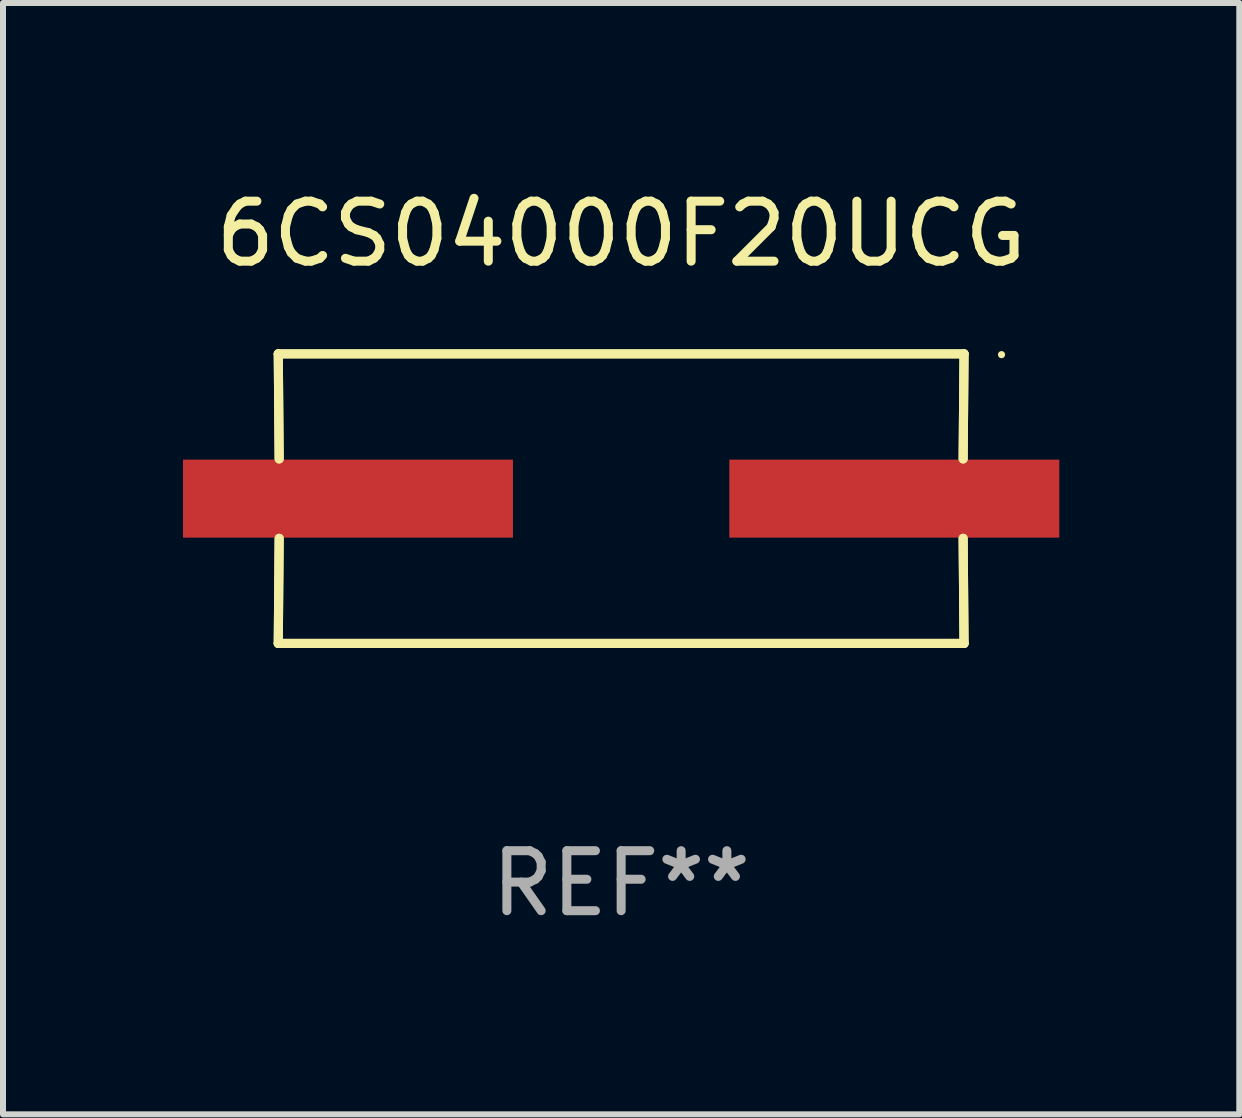
<source format=kicad_pcb>
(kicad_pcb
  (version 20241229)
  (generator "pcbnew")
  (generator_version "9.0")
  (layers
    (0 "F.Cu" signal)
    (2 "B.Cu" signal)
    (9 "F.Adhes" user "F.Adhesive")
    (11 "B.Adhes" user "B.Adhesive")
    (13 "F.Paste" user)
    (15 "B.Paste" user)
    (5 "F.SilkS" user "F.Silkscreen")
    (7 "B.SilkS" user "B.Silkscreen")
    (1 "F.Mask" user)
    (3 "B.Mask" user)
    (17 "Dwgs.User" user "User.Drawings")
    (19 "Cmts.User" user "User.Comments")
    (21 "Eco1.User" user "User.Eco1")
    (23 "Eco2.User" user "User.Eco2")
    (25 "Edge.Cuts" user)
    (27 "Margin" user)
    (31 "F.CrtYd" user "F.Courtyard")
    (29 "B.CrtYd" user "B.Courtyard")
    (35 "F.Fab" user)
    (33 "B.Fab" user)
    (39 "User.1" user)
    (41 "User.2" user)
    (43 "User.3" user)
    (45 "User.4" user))
  (footprint "6CS04000F20UCG"
    (layer "F.Cu")
    (at 7.303 5.261)
    (property "Reference" "6CS04000F20UCG" (at 0 -4.413 0) (layer "F.SilkS") (effects (font (size 1 1) (thickness 0.15))))
    (attr through_hole)
    (fp_line (start -5.715 -2.413) (end -5.7 -0.662) (stroke (width 0.152) (type solid)) (layer "F.SilkS"))
    (fp_line (start -5.715 -2.413) (end -5.7 -0.662) (stroke (width 0.152) (type solid)) (layer "F.SilkS"))
    (fp_line (start -5.715 2.413) (end 5.715 2.413) (stroke (width 0.152) (type solid)) (layer "F.SilkS"))
    (fp_line (start -5.715 2.413) (end 5.715 2.413) (stroke (width 0.152) (type solid)) (layer "F.SilkS"))
    (fp_line (start -5.7 0.662) (end -5.715 2.413) (stroke (width 0.152) (type solid)) (layer "F.SilkS"))
    (fp_line (start -5.7 0.662) (end -5.715 2.413) (stroke (width 0.152) (type solid)) (layer "F.SilkS"))
    (fp_line (start 5.7 -0.662) (end 5.715 -2.413) (stroke (width 0.152) (type solid)) (layer "F.SilkS"))
    (fp_line (start 5.7 -0.662) (end 5.715 -2.413) (stroke (width 0.152) (type solid)) (layer "F.SilkS"))
    (fp_line (start 5.715 -2.413) (end -5.715 -2.413) (stroke (width 0.152) (type solid)) (layer "F.SilkS"))
    (fp_line (start 5.715 -2.413) (end -5.715 -2.413) (stroke (width 0.152) (type solid)) (layer "F.SilkS"))
    (fp_line (start 5.715 2.413) (end 5.7 0.662) (stroke (width 0.152) (type solid)) (layer "F.SilkS"))
    (fp_line (start 5.715 2.413) (end 5.7 0.662) (stroke (width 0.152) (type solid)) (layer "F.SilkS"))
    (fp_circle (center 6.34 -2.4) (end 6.37 -2.4) (stroke (width 0.06) (type solid)) (fill no) (layer "F.SilkS"))
    (fp_text user "REF**" (at 0 6.413 0) (layer "F.Fab") (effects (font (size 1 1) (thickness 0.15))))
    (pad "1" smd rect (at 4.553 0) (size 5.5 1.3) (layers "F.Cu" "F.Mask" "F.Paste"))
    (pad "2" smd rect (at -4.553 0) (size 5.5 1.3) (layers "F.Cu" "F.Mask" "F.Paste")))
  (gr_rect
    (start -3 -3)
    (end 17.606 15.523)
    (stroke (width 0.1) (type default))
    (fill no)
    (layer "Edge.Cuts")))
</source>
